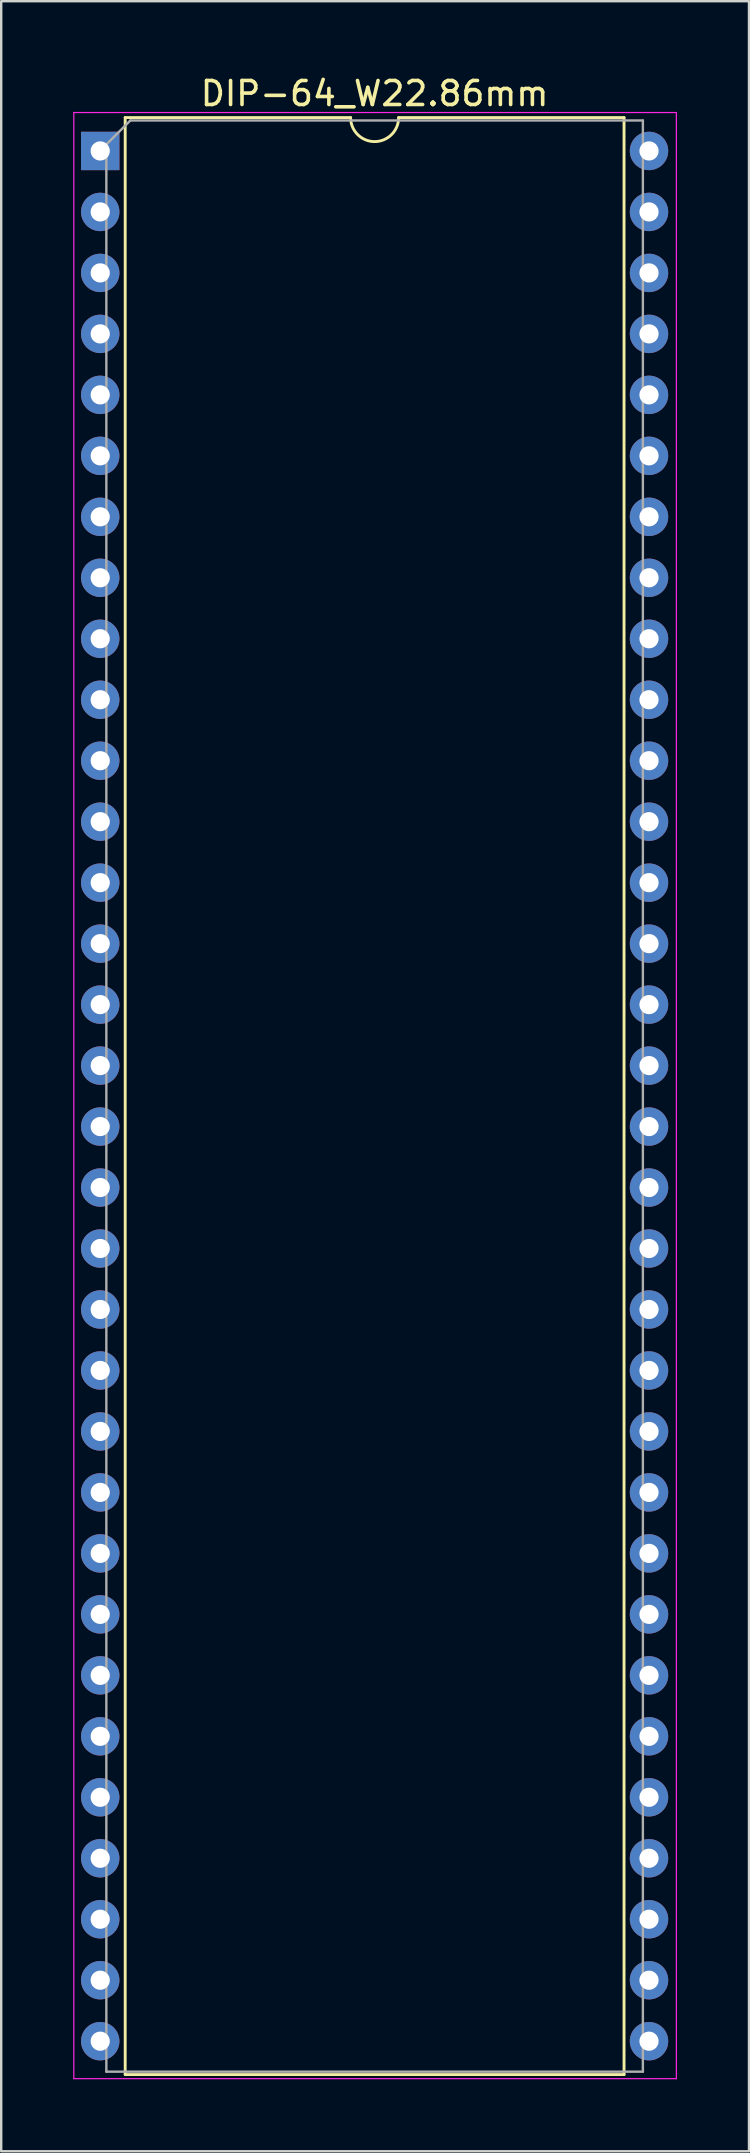
<source format=kicad_pcb>
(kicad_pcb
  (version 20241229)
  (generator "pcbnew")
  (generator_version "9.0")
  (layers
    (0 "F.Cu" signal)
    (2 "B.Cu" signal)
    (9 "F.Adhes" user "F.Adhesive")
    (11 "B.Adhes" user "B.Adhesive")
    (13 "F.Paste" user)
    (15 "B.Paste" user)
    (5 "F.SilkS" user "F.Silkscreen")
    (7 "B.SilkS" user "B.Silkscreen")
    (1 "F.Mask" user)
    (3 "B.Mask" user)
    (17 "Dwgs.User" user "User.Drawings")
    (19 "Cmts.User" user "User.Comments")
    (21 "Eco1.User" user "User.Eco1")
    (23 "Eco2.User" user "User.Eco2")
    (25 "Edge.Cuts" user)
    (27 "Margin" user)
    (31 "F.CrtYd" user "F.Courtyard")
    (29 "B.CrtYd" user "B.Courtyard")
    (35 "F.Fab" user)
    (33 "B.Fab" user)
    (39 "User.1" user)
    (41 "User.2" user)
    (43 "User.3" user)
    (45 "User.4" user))
  (footprint "DIP-64_W22.86mm"
    (layer "F.Cu")
    (at 1.125 3.238)
    (property "Reference" "DIP-64_W22.86mm" (at 11.43 -2.39 0) (layer "F.SilkS") (effects (font (size 1 1) (thickness 0.15))))
    (attr through_hole)
    (fp_line (start 1.04 -1.39) (end 1.04 80.13) (stroke (width 0.12) (type solid)) (layer "F.SilkS"))
    (fp_line (start 1.04 80.13) (end 21.82 80.13) (stroke (width 0.12) (type solid)) (layer "F.SilkS"))
    (fp_line (start 10.43 -1.39) (end 1.04 -1.39) (stroke (width 0.12) (type solid)) (layer "F.SilkS"))
    (fp_line (start 21.82 -1.39) (end 12.43 -1.39) (stroke (width 0.12) (type solid)) (layer "F.SilkS"))
    (fp_line (start 21.82 80.13) (end 21.82 -1.39) (stroke (width 0.12) (type solid)) (layer "F.SilkS"))
    (fp_arc (start 12.43 -1.39) (mid 11.43 -0.39) (end 10.43 -1.39) (stroke (width 0.12) (type solid)) (layer "F.SilkS"))
    (fp_line (start -1.1 -1.6) (end -1.1 80.3) (stroke (width 0.05) (type solid)) (layer "F.CrtYd"))
    (fp_line (start -1.1 80.3) (end 24 80.3) (stroke (width 0.05) (type solid)) (layer "F.CrtYd"))
    (fp_line (start 24 -1.6) (end -1.1 -1.6) (stroke (width 0.05) (type solid)) (layer "F.CrtYd"))
    (fp_line (start 24 80.3) (end 24 -1.6) (stroke (width 0.05) (type solid)) (layer "F.CrtYd"))
    (fp_line (start 0.255 -0.27) (end 1.255 -1.27) (stroke (width 0.1) (type solid)) (layer "F.Fab"))
    (fp_line (start 0.255 80.01) (end 0.255 -0.27) (stroke (width 0.1) (type solid)) (layer "F.Fab"))
    (fp_line (start 1.255 -1.27) (end 22.605 -1.27) (stroke (width 0.1) (type solid)) (layer "F.Fab"))
    (fp_line (start 22.605 -1.27) (end 22.605 80.01) (stroke (width 0.1) (type solid)) (layer "F.Fab"))
    (fp_line (start 22.605 80.01) (end 0.255 80.01) (stroke (width 0.1) (type solid)) (layer "F.Fab"))
    (pad "1" thru_hole rect (at 0 0) (size 1.6 1.6) (drill 0.8) (layers "*.Cu" "*.Mask"))
    (pad "2" thru_hole oval (at 0 2.54) (size 1.6 1.6) (drill 0.8) (layers "*.Cu" "*.Mask"))
    (pad "3" thru_hole oval (at 0 5.08) (size 1.6 1.6) (drill 0.8) (layers "*.Cu" "*.Mask"))
    (pad "4" thru_hole oval (at 0 7.62) (size 1.6 1.6) (drill 0.8) (layers "*.Cu" "*.Mask"))
    (pad "5" thru_hole oval (at 0 10.16) (size 1.6 1.6) (drill 0.8) (layers "*.Cu" "*.Mask"))
    (pad "6" thru_hole oval (at 0 12.7) (size 1.6 1.6) (drill 0.8) (layers "*.Cu" "*.Mask"))
    (pad "7" thru_hole oval (at 0 15.24) (size 1.6 1.6) (drill 0.8) (layers "*.Cu" "*.Mask"))
    (pad "8" thru_hole oval (at 0 17.78) (size 1.6 1.6) (drill 0.8) (layers "*.Cu" "*.Mask"))
    (pad "9" thru_hole oval (at 0 20.32) (size 1.6 1.6) (drill 0.8) (layers "*.Cu" "*.Mask"))
    (pad "10" thru_hole oval (at 0 22.86) (size 1.6 1.6) (drill 0.8) (layers "*.Cu" "*.Mask"))
    (pad "11" thru_hole oval (at 0 25.4) (size 1.6 1.6) (drill 0.8) (layers "*.Cu" "*.Mask"))
    (pad "12" thru_hole oval (at 0 27.94) (size 1.6 1.6) (drill 0.8) (layers "*.Cu" "*.Mask"))
    (pad "13" thru_hole oval (at 0 30.48) (size 1.6 1.6) (drill 0.8) (layers "*.Cu" "*.Mask"))
    (pad "14" thru_hole oval (at 0 33.02) (size 1.6 1.6) (drill 0.8) (layers "*.Cu" "*.Mask"))
    (pad "15" thru_hole oval (at 0 35.56) (size 1.6 1.6) (drill 0.8) (layers "*.Cu" "*.Mask"))
    (pad "16" thru_hole oval (at 0 38.1) (size 1.6 1.6) (drill 0.8) (layers "*.Cu" "*.Mask"))
    (pad "17" thru_hole oval (at 0 40.64) (size 1.6 1.6) (drill 0.8) (layers "*.Cu" "*.Mask"))
    (pad "18" thru_hole oval (at 0 43.18) (size 1.6 1.6) (drill 0.8) (layers "*.Cu" "*.Mask"))
    (pad "19" thru_hole oval (at 0 45.72) (size 1.6 1.6) (drill 0.8) (layers "*.Cu" "*.Mask"))
    (pad "20" thru_hole oval (at 0 48.26) (size 1.6 1.6) (drill 0.8) (layers "*.Cu" "*.Mask"))
    (pad "21" thru_hole oval (at 0 50.8) (size 1.6 1.6) (drill 0.8) (layers "*.Cu" "*.Mask"))
    (pad "22" thru_hole oval (at 0 53.34) (size 1.6 1.6) (drill 0.8) (layers "*.Cu" "*.Mask"))
    (pad "23" thru_hole oval (at 0 55.88) (size 1.6 1.6) (drill 0.8) (layers "*.Cu" "*.Mask"))
    (pad "24" thru_hole oval (at 0 58.42) (size 1.6 1.6) (drill 0.8) (layers "*.Cu" "*.Mask"))
    (pad "25" thru_hole oval (at 0 60.96) (size 1.6 1.6) (drill 0.8) (layers "*.Cu" "*.Mask"))
    (pad "26" thru_hole oval (at 0 63.5) (size 1.6 1.6) (drill 0.8) (layers "*.Cu" "*.Mask"))
    (pad "27" thru_hole oval (at 0 66.04) (size 1.6 1.6) (drill 0.8) (layers "*.Cu" "*.Mask"))
    (pad "28" thru_hole oval (at 0 68.58) (size 1.6 1.6) (drill 0.8) (layers "*.Cu" "*.Mask"))
    (pad "29" thru_hole oval (at 0 71.12) (size 1.6 1.6) (drill 0.8) (layers "*.Cu" "*.Mask"))
    (pad "30" thru_hole oval (at 0 73.66) (size 1.6 1.6) (drill 0.8) (layers "*.Cu" "*.Mask"))
    (pad "31" thru_hole oval (at 0 76.2) (size 1.6 1.6) (drill 0.8) (layers "*.Cu" "*.Mask"))
    (pad "32" thru_hole oval (at 0 78.74) (size 1.6 1.6) (drill 0.8) (layers "*.Cu" "*.Mask"))
    (pad "33" thru_hole oval (at 22.86 78.74) (size 1.6 1.6) (drill 0.8) (layers "*.Cu" "*.Mask"))
    (pad "34" thru_hole oval (at 22.86 76.2) (size 1.6 1.6) (drill 0.8) (layers "*.Cu" "*.Mask"))
    (pad "35" thru_hole oval (at 22.86 73.66) (size 1.6 1.6) (drill 0.8) (layers "*.Cu" "*.Mask"))
    (pad "36" thru_hole oval (at 22.86 71.12) (size 1.6 1.6) (drill 0.8) (layers "*.Cu" "*.Mask"))
    (pad "37" thru_hole oval (at 22.86 68.58) (size 1.6 1.6) (drill 0.8) (layers "*.Cu" "*.Mask"))
    (pad "38" thru_hole oval (at 22.86 66.04) (size 1.6 1.6) (drill 0.8) (layers "*.Cu" "*.Mask"))
    (pad "39" thru_hole oval (at 22.86 63.5) (size 1.6 1.6) (drill 0.8) (layers "*.Cu" "*.Mask"))
    (pad "40" thru_hole oval (at 22.86 60.96) (size 1.6 1.6) (drill 0.8) (layers "*.Cu" "*.Mask"))
    (pad "41" thru_hole oval (at 22.86 58.42) (size 1.6 1.6) (drill 0.8) (layers "*.Cu" "*.Mask"))
    (pad "42" thru_hole oval (at 22.86 55.88) (size 1.6 1.6) (drill 0.8) (layers "*.Cu" "*.Mask"))
    (pad "43" thru_hole oval (at 22.86 53.34) (size 1.6 1.6) (drill 0.8) (layers "*.Cu" "*.Mask"))
    (pad "44" thru_hole oval (at 22.86 50.8) (size 1.6 1.6) (drill 0.8) (layers "*.Cu" "*.Mask"))
    (pad "45" thru_hole oval (at 22.86 48.26) (size 1.6 1.6) (drill 0.8) (layers "*.Cu" "*.Mask"))
    (pad "46" thru_hole oval (at 22.86 45.72) (size 1.6 1.6) (drill 0.8) (layers "*.Cu" "*.Mask"))
    (pad "47" thru_hole oval (at 22.86 43.18) (size 1.6 1.6) (drill 0.8) (layers "*.Cu" "*.Mask"))
    (pad "48" thru_hole oval (at 22.86 40.64) (size 1.6 1.6) (drill 0.8) (layers "*.Cu" "*.Mask"))
    (pad "49" thru_hole oval (at 22.86 38.1) (size 1.6 1.6) (drill 0.8) (layers "*.Cu" "*.Mask"))
    (pad "50" thru_hole oval (at 22.86 35.56) (size 1.6 1.6) (drill 0.8) (layers "*.Cu" "*.Mask"))
    (pad "51" thru_hole oval (at 22.86 33.02) (size 1.6 1.6) (drill 0.8) (layers "*.Cu" "*.Mask"))
    (pad "52" thru_hole oval (at 22.86 30.48) (size 1.6 1.6) (drill 0.8) (layers "*.Cu" "*.Mask"))
    (pad "53" thru_hole oval (at 22.86 27.94) (size 1.6 1.6) (drill 0.8) (layers "*.Cu" "*.Mask"))
    (pad "54" thru_hole oval (at 22.86 25.4) (size 1.6 1.6) (drill 0.8) (layers "*.Cu" "*.Mask"))
    (pad "55" thru_hole oval (at 22.86 22.86) (size 1.6 1.6) (drill 0.8) (layers "*.Cu" "*.Mask"))
    (pad "56" thru_hole oval (at 22.86 20.32) (size 1.6 1.6) (drill 0.8) (layers "*.Cu" "*.Mask"))
    (pad "57" thru_hole oval (at 22.86 17.78) (size 1.6 1.6) (drill 0.8) (layers "*.Cu" "*.Mask"))
    (pad "58" thru_hole oval (at 22.86 15.24) (size 1.6 1.6) (drill 0.8) (layers "*.Cu" "*.Mask"))
    (pad "59" thru_hole oval (at 22.86 12.7) (size 1.6 1.6) (drill 0.8) (layers "*.Cu" "*.Mask"))
    (pad "60" thru_hole oval (at 22.86 10.16) (size 1.6 1.6) (drill 0.8) (layers "*.Cu" "*.Mask"))
    (pad "61" thru_hole oval (at 22.86 7.62) (size 1.6 1.6) (drill 0.8) (layers "*.Cu" "*.Mask"))
    (pad "62" thru_hole oval (at 22.86 5.08) (size 1.6 1.6) (drill 0.8) (layers "*.Cu" "*.Mask"))
    (pad "63" thru_hole oval (at 22.86 2.54) (size 1.6 1.6) (drill 0.8) (layers "*.Cu" "*.Mask"))
    (pad "64" thru_hole oval (at 22.86 0) (size 1.6 1.6) (drill 0.8) (layers "*.Cu" "*.Mask")))
  (gr_rect
    (start -3 -3)
    (end 28.15 86.563)
    (stroke (width 0.1) (type default))
    (fill no)
    (layer "Edge.Cuts")))
</source>
